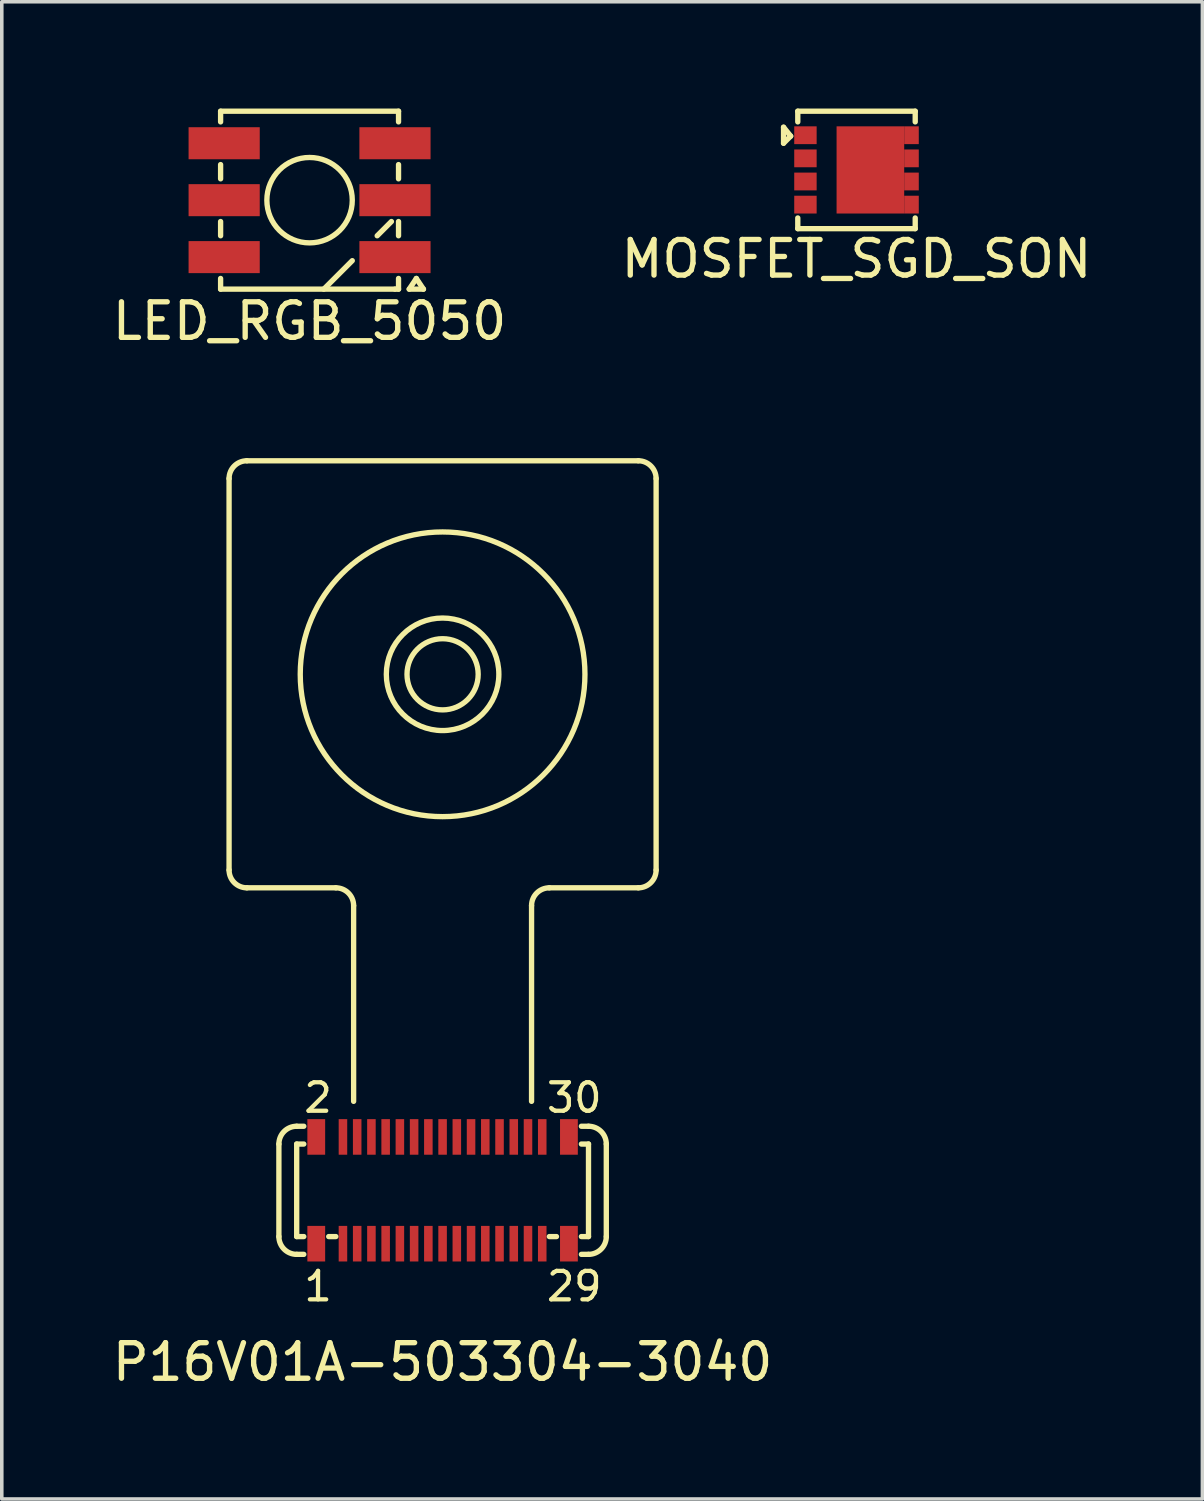
<source format=kicad_pcb>
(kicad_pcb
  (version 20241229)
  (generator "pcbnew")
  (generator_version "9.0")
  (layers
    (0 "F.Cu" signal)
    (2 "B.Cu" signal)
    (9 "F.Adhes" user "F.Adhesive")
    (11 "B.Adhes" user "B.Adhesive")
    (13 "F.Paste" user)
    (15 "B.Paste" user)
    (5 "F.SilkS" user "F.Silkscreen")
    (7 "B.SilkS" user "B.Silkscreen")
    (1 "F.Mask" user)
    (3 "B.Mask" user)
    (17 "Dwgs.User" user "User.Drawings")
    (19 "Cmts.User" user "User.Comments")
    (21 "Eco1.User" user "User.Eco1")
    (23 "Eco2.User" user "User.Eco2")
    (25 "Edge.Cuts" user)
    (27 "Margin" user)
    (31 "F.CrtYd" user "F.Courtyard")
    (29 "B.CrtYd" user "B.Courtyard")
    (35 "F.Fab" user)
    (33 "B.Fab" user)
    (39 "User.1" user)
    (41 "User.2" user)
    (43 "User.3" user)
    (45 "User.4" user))
  (footprint "LED_RGB_5050"
    (layer "F.Cu")
    (at 5.649 2.575)
    (property "Reference" "LED_RGB_5050" (at 0 3.4 0) (layer "F.SilkS") (effects (font (size 1 1) (thickness 0.15))))
    (attr through_hole)
    (fp_line (start -2.5 -2.5) (end 2.5 -2.5) (stroke (width 0.15) (type solid)) (layer "F.SilkS"))
    (fp_line (start -2.5 -2.2) (end -2.5 -2.5) (stroke (width 0.15) (type solid)) (layer "F.SilkS"))
    (fp_line (start -2.5 -0.6) (end -2.5 -1) (stroke (width 0.15) (type solid)) (layer "F.SilkS"))
    (fp_line (start -2.5 1) (end -2.5 0.6) (stroke (width 0.15) (type solid)) (layer "F.SilkS"))
    (fp_line (start -2.5 2.2) (end -2.5 2.5) (stroke (width 0.15) (type solid)) (layer "F.SilkS"))
    (fp_line (start -2.5 2.5) (end 2.4 2.5) (stroke (width 0.15) (type solid)) (layer "F.SilkS"))
    (fp_line (start 1.2 1.7) (end 0.4 2.5) (stroke (width 0.15) (type solid)) (layer "F.SilkS"))
    (fp_line (start 1.9 1) (end 2.3 0.6) (stroke (width 0.15) (type solid)) (layer "F.SilkS"))
    (fp_line (start 2.4 2.5) (end 2.5 2.5) (stroke (width 0.15) (type solid)) (layer "F.SilkS"))
    (fp_line (start 2.5 -2.5) (end 2.5 -2.2) (stroke (width 0.15) (type solid)) (layer "F.SilkS"))
    (fp_line (start 2.5 -0.6) (end 2.5 -1) (stroke (width 0.15) (type solid)) (layer "F.SilkS"))
    (fp_line (start 2.5 0.6) (end 2.5 1) (stroke (width 0.15) (type solid)) (layer "F.SilkS"))
    (fp_line (start 2.5 2.5) (end 2.5 2.2) (stroke (width 0.15) (type solid)) (layer "F.SilkS"))
    (fp_line (start 2.8 2.5) (end 3.2 2.5) (stroke (width 0.15) (type solid)) (layer "F.SilkS"))
    (fp_line (start 3 2.2) (end 2.8 2.5) (stroke (width 0.15) (type solid)) (layer "F.SilkS"))
    (fp_line (start 3.2 2.5) (end 3 2.2) (stroke (width 0.15) (type solid)) (layer "F.SilkS"))
    (fp_circle (center 0 0) (end 1.2 0) (stroke (width 0.15) (type solid)) (fill no) (layer "F.SilkS"))
    (pad "1" smd rect (at 2.4 -1.6) (size 2 0.9) (layers "F.Cu" "F.Mask" "F.Paste"))
    (pad "2" smd rect (at 2.4 0) (size 2 0.9) (layers "F.Cu" "F.Mask" "F.Paste"))
    (pad "3" smd rect (at 2.4 1.6) (size 2 0.9) (layers "F.Cu" "F.Mask" "F.Paste"))
    (pad "4" smd rect (at -2.4 1.6) (size 2 0.9) (layers "F.Cu" "F.Mask" "F.Paste"))
    (pad "5" smd rect (at -2.4 0) (size 2 0.9) (layers "F.Cu" "F.Mask" "F.Paste"))
    (pad "6" smd rect (at -2.4 -1.6) (size 2 0.9) (layers "F.Cu" "F.Mask" "F.Paste")))
  (footprint "P16V01A-503304-3040"
    (layer "F.Cu")
    (at 9.387 30.398)
    (property "Reference" "P16V01A-503304-3040" (at 0 4.826 0) (layer "F.SilkS") (effects (font (size 1 1) (thickness 0.15))))
    (attr through_hole)
    (fp_line (start -6 -9) (end -6 -20) (stroke (width 0.15) (type solid)) (layer "F.SilkS"))
    (fp_line (start -4.6 1.3) (end -4.6 -1.3) (stroke (width 0.15) (type solid)) (layer "F.SilkS"))
    (fp_line (start -4.1 -1.8) (end -3.9 -1.8) (stroke (width 0.15) (type solid)) (layer "F.SilkS"))
    (fp_line (start -4.1 -1.3) (end -3.9 -1.3) (stroke (width 0.15) (type solid)) (layer "F.SilkS"))
    (fp_line (start -4.1 1.3) (end -4.1 -1.3) (stroke (width 0.15) (type solid)) (layer "F.SilkS"))
    (fp_line (start -4.1 1.8) (end -3.9 1.8) (stroke (width 0.15) (type solid)) (layer "F.SilkS"))
    (fp_line (start -3.9 1.3) (end -4.1 1.3) (stroke (width 0.15) (type solid)) (layer "F.SilkS"))
    (fp_line (start -3.2 1.3) (end -3 1.3) (stroke (width 0.15) (type solid)) (layer "F.SilkS"))
    (fp_line (start -3 -8.5) (end -5.5 -8.5) (stroke (width 0.15) (type solid)) (layer "F.SilkS"))
    (fp_line (start -2.5 -8) (end -2.5 -2.5) (stroke (width 0.15) (type solid)) (layer "F.SilkS"))
    (fp_line (start 2.5 -8) (end 2.5 -2.5) (stroke (width 0.15) (type solid)) (layer "F.SilkS"))
    (fp_line (start 3 -8.5) (end 5.5 -8.5) (stroke (width 0.15) (type solid)) (layer "F.SilkS"))
    (fp_line (start 3.2 1.3) (end 3 1.3) (stroke (width 0.15) (type solid)) (layer "F.SilkS"))
    (fp_line (start 4.1 -1.8) (end 3.9 -1.8) (stroke (width 0.15) (type solid)) (layer "F.SilkS"))
    (fp_line (start 4.1 -1.3) (end 3.9 -1.3) (stroke (width 0.15) (type solid)) (layer "F.SilkS"))
    (fp_line (start 4.1 1.3) (end 3.9 1.3) (stroke (width 0.15) (type solid)) (layer "F.SilkS"))
    (fp_line (start 4.1 1.3) (end 4.1 -1.3) (stroke (width 0.15) (type solid)) (layer "F.SilkS"))
    (fp_line (start 4.1 1.8) (end 3.9 1.8) (stroke (width 0.15) (type solid)) (layer "F.SilkS"))
    (fp_line (start 4.6 -1.3) (end 4.6 1.3) (stroke (width 0.15) (type solid)) (layer "F.SilkS"))
    (fp_line (start 5.5 -20.5) (end -5.5 -20.5) (stroke (width 0.15) (type solid)) (layer "F.SilkS"))
    (fp_line (start 6 -9) (end 6 -20) (stroke (width 0.15) (type solid)) (layer "F.SilkS"))
    (fp_arc (start -6 -20) (mid -5.853553 -20.353553) (end -5.5 -20.5) (stroke (width 0.15) (type solid)) (layer "F.SilkS"))
    (fp_arc (start -5.5 -8.5) (mid -5.853553 -8.646447) (end -6 -9) (stroke (width 0.15) (type solid)) (layer "F.SilkS"))
    (fp_arc (start -4.6 -1.3) (mid -4.453553 -1.653553) (end -4.1 -1.8) (stroke (width 0.15) (type solid)) (layer "F.SilkS"))
    (fp_arc (start -4.1 1.8) (mid -4.453553 1.653553) (end -4.6 1.3) (stroke (width 0.15) (type solid)) (layer "F.SilkS"))
    (fp_arc (start -3 -8.5) (mid -2.646447 -8.353553) (end -2.5 -8) (stroke (width 0.15) (type solid)) (layer "F.SilkS"))
    (fp_arc (start 2.5 -8) (mid 2.646447 -8.353553) (end 3 -8.5) (stroke (width 0.15) (type solid)) (layer "F.SilkS"))
    (fp_arc (start 4.1 -1.8) (mid 4.453553 -1.653553) (end 4.6 -1.3) (stroke (width 0.15) (type solid)) (layer "F.SilkS"))
    (fp_arc (start 4.6 1.3) (mid 4.453553 1.653553) (end 4.1 1.8) (stroke (width 0.15) (type solid)) (layer "F.SilkS"))
    (fp_arc (start 5.5 -20.5) (mid 5.853553 -20.353553) (end 6 -20) (stroke (width 0.15) (type solid)) (layer "F.SilkS"))
    (fp_arc (start 6 -9) (mid 5.853553 -8.646447) (end 5.5 -8.5) (stroke (width 0.15) (type solid)) (layer "F.SilkS"))
    (fp_circle (center 0 -14.5) (end 1 -14.5) (stroke (width 0.15) (type solid)) (fill no) (layer "F.SilkS"))
    (fp_circle (center 0 -14.5) (end 1.5 -15) (stroke (width 0.15) (type solid)) (fill no) (layer "F.SilkS"))
    (fp_circle (center 0 -14.5) (end 4 -14.5) (stroke (width 0.15) (type solid)) (fill no) (layer "F.SilkS"))
    (fp_text user "29" (at 3.7 2.7 0) (layer "F.SilkS") (effects (font (size 0.8 0.8) (thickness 0.12))))
    (fp_text user "1" (at -3.5 2.7 0) (layer "F.SilkS") (effects (font (size 0.8 0.8) (thickness 0.12))))
    (fp_text user "30" (at 3.7 -2.6 0) (layer "F.SilkS") (effects (font (size 0.8 0.8) (thickness 0.12))))
    (fp_text user "2" (at -3.5 -2.6 0) (layer "F.SilkS") (effects (font (size 0.8 0.8) (thickness 0.12))))
    (pad "1" smd rect (at -2.8 1.5) (size 0.24 1) (layers "F.Cu" "F.Mask" "F.Paste"))
    (pad "2" smd rect (at -2.8 -1.5) (size 0.24 1) (layers "F.Cu" "F.Mask" "F.Paste"))
    (pad "3" smd rect (at -2.4 1.5) (size 0.24 1) (layers "F.Cu" "F.Mask" "F.Paste"))
    (pad "4" smd rect (at -2.4 -1.5) (size 0.24 1) (layers "F.Cu" "F.Mask" "F.Paste"))
    (pad "5" smd rect (at -2 1.5) (size 0.24 1) (layers "F.Cu" "F.Mask" "F.Paste"))
    (pad "6" smd rect (at -2 -1.5) (size 0.24 1) (layers "F.Cu" "F.Mask" "F.Paste"))
    (pad "7" smd rect (at -1.6 1.5) (size 0.24 1) (layers "F.Cu" "F.Mask" "F.Paste"))
    (pad "8" smd rect (at -1.6 -1.5) (size 0.24 1) (layers "F.Cu" "F.Mask" "F.Paste"))
    (pad "9" smd rect (at -1.2 1.5) (size 0.24 1) (layers "F.Cu" "F.Mask" "F.Paste"))
    (pad "10" smd rect (at -1.2 -1.5) (size 0.24 1) (layers "F.Cu" "F.Mask" "F.Paste"))
    (pad "11" smd rect (at -0.8 1.5) (size 0.24 1) (layers "F.Cu" "F.Mask" "F.Paste"))
    (pad "12" smd rect (at -0.8 -1.5) (size 0.24 1) (layers "F.Cu" "F.Mask" "F.Paste"))
    (pad "13" smd rect (at -0.4 1.5) (size 0.24 1) (layers "F.Cu" "F.Mask" "F.Paste"))
    (pad "14" smd rect (at -0.4 -1.5) (size 0.24 1) (layers "F.Cu" "F.Mask" "F.Paste"))
    (pad "15" smd rect (at 0 1.5) (size 0.24 1) (layers "F.Cu" "F.Mask" "F.Paste"))
    (pad "16" smd rect (at 0 -1.5) (size 0.24 1) (layers "F.Cu" "F.Mask" "F.Paste"))
    (pad "17" smd rect (at 0.4 1.5) (size 0.24 1) (layers "F.Cu" "F.Mask" "F.Paste"))
    (pad "18" smd rect (at 0.4 -1.5) (size 0.24 1) (layers "F.Cu" "F.Mask" "F.Paste"))
    (pad "19" smd rect (at 0.8 1.5) (size 0.24 1) (layers "F.Cu" "F.Mask" "F.Paste"))
    (pad "20" smd rect (at 0.8 -1.5) (size 0.24 1) (layers "F.Cu" "F.Mask" "F.Paste"))
    (pad "21" smd rect (at 1.2 1.5) (size 0.24 1) (layers "F.Cu" "F.Mask" "F.Paste"))
    (pad "22" smd rect (at 1.2 -1.5) (size 0.24 1) (layers "F.Cu" "F.Mask" "F.Paste"))
    (pad "23" smd rect (at 1.6 1.5) (size 0.24 1) (layers "F.Cu" "F.Mask" "F.Paste"))
    (pad "24" smd rect (at 1.6 -1.5) (size 0.24 1) (layers "F.Cu" "F.Mask" "F.Paste"))
    (pad "25" smd rect (at 2 1.5) (size 0.24 1) (layers "F.Cu" "F.Mask" "F.Paste"))
    (pad "26" smd rect (at 2 -1.5) (size 0.24 1) (layers "F.Cu" "F.Mask" "F.Paste"))
    (pad "27" smd rect (at 2.4 1.5) (size 0.24 1) (layers "F.Cu" "F.Mask" "F.Paste"))
    (pad "28" smd rect (at 2.4 -1.5) (size 0.24 1) (layers "F.Cu" "F.Mask" "F.Paste"))
    (pad "29" smd rect (at 2.8 1.5) (size 0.24 1) (layers "F.Cu" "F.Mask" "F.Paste"))
    (pad "30" smd rect (at 2.8 -1.5) (size 0.24 1) (layers "F.Cu" "F.Mask" "F.Paste"))
    (pad "S" smd rect (at -3.55 -1.5) (size 0.5 1) (layers "F.Cu" "F.Mask" "F.Paste"))
    (pad "S" smd rect (at -3.55 1.5) (size 0.5 1) (layers "F.Cu" "F.Mask" "F.Paste"))
    (pad "S" smd rect (at 3.55 -1.5) (size 0.5 1) (layers "F.Cu" "F.Mask" "F.Paste"))
    (pad "S" smd rect (at 3.55 1.5) (size 0.5 1) (layers "F.Cu" "F.Mask" "F.Paste")))
  (footprint "MOSFET_SGD_SON"
    (layer "F.Cu")
    (at 21.018 1.725)
    (property "Reference" "MOSFET_SGD_SON" (at 0 2.5 0) (layer "F.SilkS") (effects (font (size 1 1) (thickness 0.15))))
    (attr through_hole)
    (fp_line (start -2.05 -1.2) (end -2.05 -0.75) (stroke (width 0.15) (type solid)) (layer "F.SilkS"))
    (fp_line (start -2.05 -0.75) (end -1.85 -0.95) (stroke (width 0.15) (type solid)) (layer "F.SilkS"))
    (fp_line (start -1.85 -0.95) (end -2.05 -1.2) (stroke (width 0.15) (type solid)) (layer "F.SilkS"))
    (fp_line (start -1.65 -1.65) (end -1.65 -1.35) (stroke (width 0.15) (type solid)) (layer "F.SilkS"))
    (fp_line (start -1.65 1.35) (end -1.65 1.65) (stroke (width 0.15) (type solid)) (layer "F.SilkS"))
    (fp_line (start -1.65 1.65) (end 1.65 1.65) (stroke (width 0.15) (type solid)) (layer "F.SilkS"))
    (fp_line (start 1.65 -1.65) (end -1.65 -1.65) (stroke (width 0.15) (type solid)) (layer "F.SilkS"))
    (fp_line (start 1.65 -1.65) (end 1.65 -1.35) (stroke (width 0.15) (type solid)) (layer "F.SilkS"))
    (fp_line (start 1.65 1.65) (end 1.65 1.35) (stroke (width 0.15) (type solid)) (layer "F.SilkS"))
    (pad "1" smd rect (at -1.435 -0.975) (size 0.63 0.5) (layers "F.Cu" "F.Mask" "F.Paste"))
    (pad "1" smd rect (at -1.435 -0.325) (size 0.63 0.5) (layers "F.Cu" "F.Mask" "F.Paste"))
    (pad "1" smd rect (at -1.435 0.325) (size 0.63 0.5) (layers "F.Cu" "F.Mask" "F.Paste"))
    (pad "2" smd rect (at -1.435 0.975) (size 0.63 0.5) (layers "F.Cu" "F.Mask" "F.Paste"))
    (pad "3" smd rect (at 0.39 0) (size 1.9 2.45) (layers "F.Cu" "F.Mask" "F.Paste"))
    (pad "3" smd rect (at 1.545 -0.975) (size 0.41 0.5) (layers "F.Cu" "F.Mask" "F.Paste"))
    (pad "3" smd rect (at 1.545 -0.325) (size 0.41 0.5) (layers "F.Cu" "F.Mask" "F.Paste"))
    (pad "3" smd rect (at 1.545 0.325) (size 0.41 0.5) (layers "F.Cu" "F.Mask" "F.Paste"))
    (pad "3" smd rect (at 1.545 0.975) (size 0.41 0.5) (layers "F.Cu" "F.Mask" "F.Paste")))
  (gr_rect
    (start -3 -3)
    (end 30.738 39.072)
    (stroke (width 0.1) (type default))
    (fill no)
    (layer "Edge.Cuts")))
</source>
